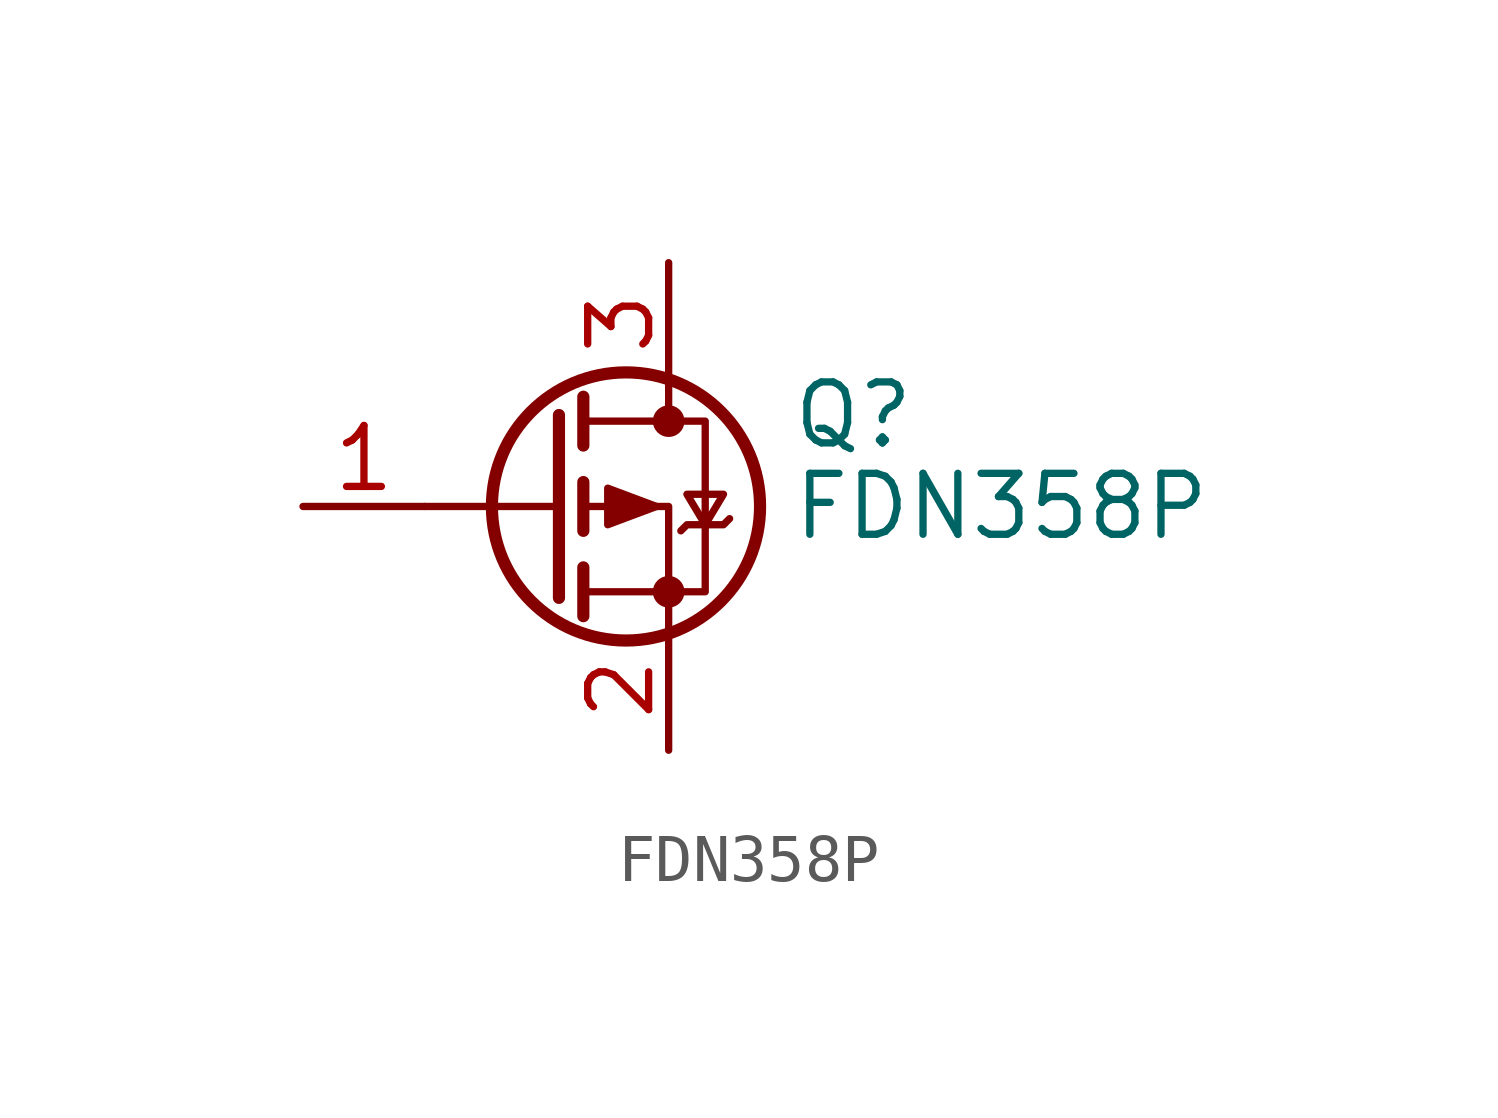
<source format=kicad_sym>
(kicad_symbol_lib
  (version 20220914)
  (generator kicad_symbol_editor)
  (symbol "FDN358P"
    (pin_names hide)
    (property "Reference" "Q"
      (at 5.08 1.905 0)
      (effects (font (size 1.27 1.27)) (justify left)))
    (property "Value" "FDN358P"
      (at 5.08 0 0)
      (effects (font (size 1.27 1.27)) (justify left)))
    (symbol "FDN358P_0_1"
      (polyline (pts (xy 0.254 0) (xy -2.54 0)) (stroke (width 0) (type default)) (fill (type none)))
      (polyline (pts (xy 0.254 1.905) (xy 0.254 -1.905)) (stroke (width 0.254) (type default)) (fill (type none)))
      (polyline (pts (xy 0.762 -1.27) (xy 0.762 -2.286)) (stroke (width 0.254) (type default)) (fill (type none)))
      (polyline (pts (xy 0.762 0.508) (xy 0.762 -0.508)) (stroke (width 0.254) (type default)) (fill (type none)))
      (polyline (pts (xy 0.762 2.286) (xy 0.762 1.27)) (stroke (width 0.254) (type default)) (fill (type none)))
      (polyline (pts (xy 2.54 2.54) (xy 2.54 1.778)) (stroke (width 0) (type default)) (fill (type none)))
      (polyline (pts (xy 2.54 -2.54) (xy 2.54 0) (xy 0.762 0)) (stroke (width 0) (type default)) (fill (type none)))
      (polyline (pts (xy 0.762 1.778) (xy 3.302 1.778) (xy 3.302 -1.778) (xy 0.762 -1.778)) (stroke (width 0) (type default)) (fill (type none)))
      (polyline (pts (xy 2.286 0) (xy 1.27 0.381) (xy 1.27 -0.381) (xy 2.286 0)) (stroke (width 0) (type default)) (fill (type outline)))
      (polyline (pts (xy 2.794 -0.508) (xy 2.921 -0.381) (xy 3.683 -0.381) (xy 3.81 -0.254)) (stroke (width 0) (type default)) (fill (type none)))
      (polyline (pts (xy 3.302 -0.381) (xy 2.921 0.254) (xy 3.683 0.254) (xy 3.302 -0.381)) (stroke (width 0) (type default)) (fill (type none)))
      (circle (center 1.651 0) (radius 2.794) (stroke (width 0.254) (type default)) (fill (type none)))
      (circle (center 2.54 -1.778) (radius 0.254) (stroke (width 0) (type default)) (fill (type outline)))
      (circle (center 2.54 1.778) (radius 0.254) (stroke (width 0) (type default)) (fill (type outline))))
    (symbol "FDN358P_1_1"
      (pin input line (at -5.08 0 0) (length 2.54) (name "G" (effects (font (size 1.27 1.27)))) (number "1" (effects (font (size 1.27 1.27)))))
      (pin passive line (at 2.54 -5.08 90) (length 2.54) (name "S" (effects (font (size 1.27 1.27)))) (number "2" (effects (font (size 1.27 1.27)))))
      (pin passive line (at 2.54 5.08 270) (length 2.54) (name "D" (effects (font (size 1.27 1.27)))) (number "3" (effects (font (size 1.27 1.27))))))))
</source>
